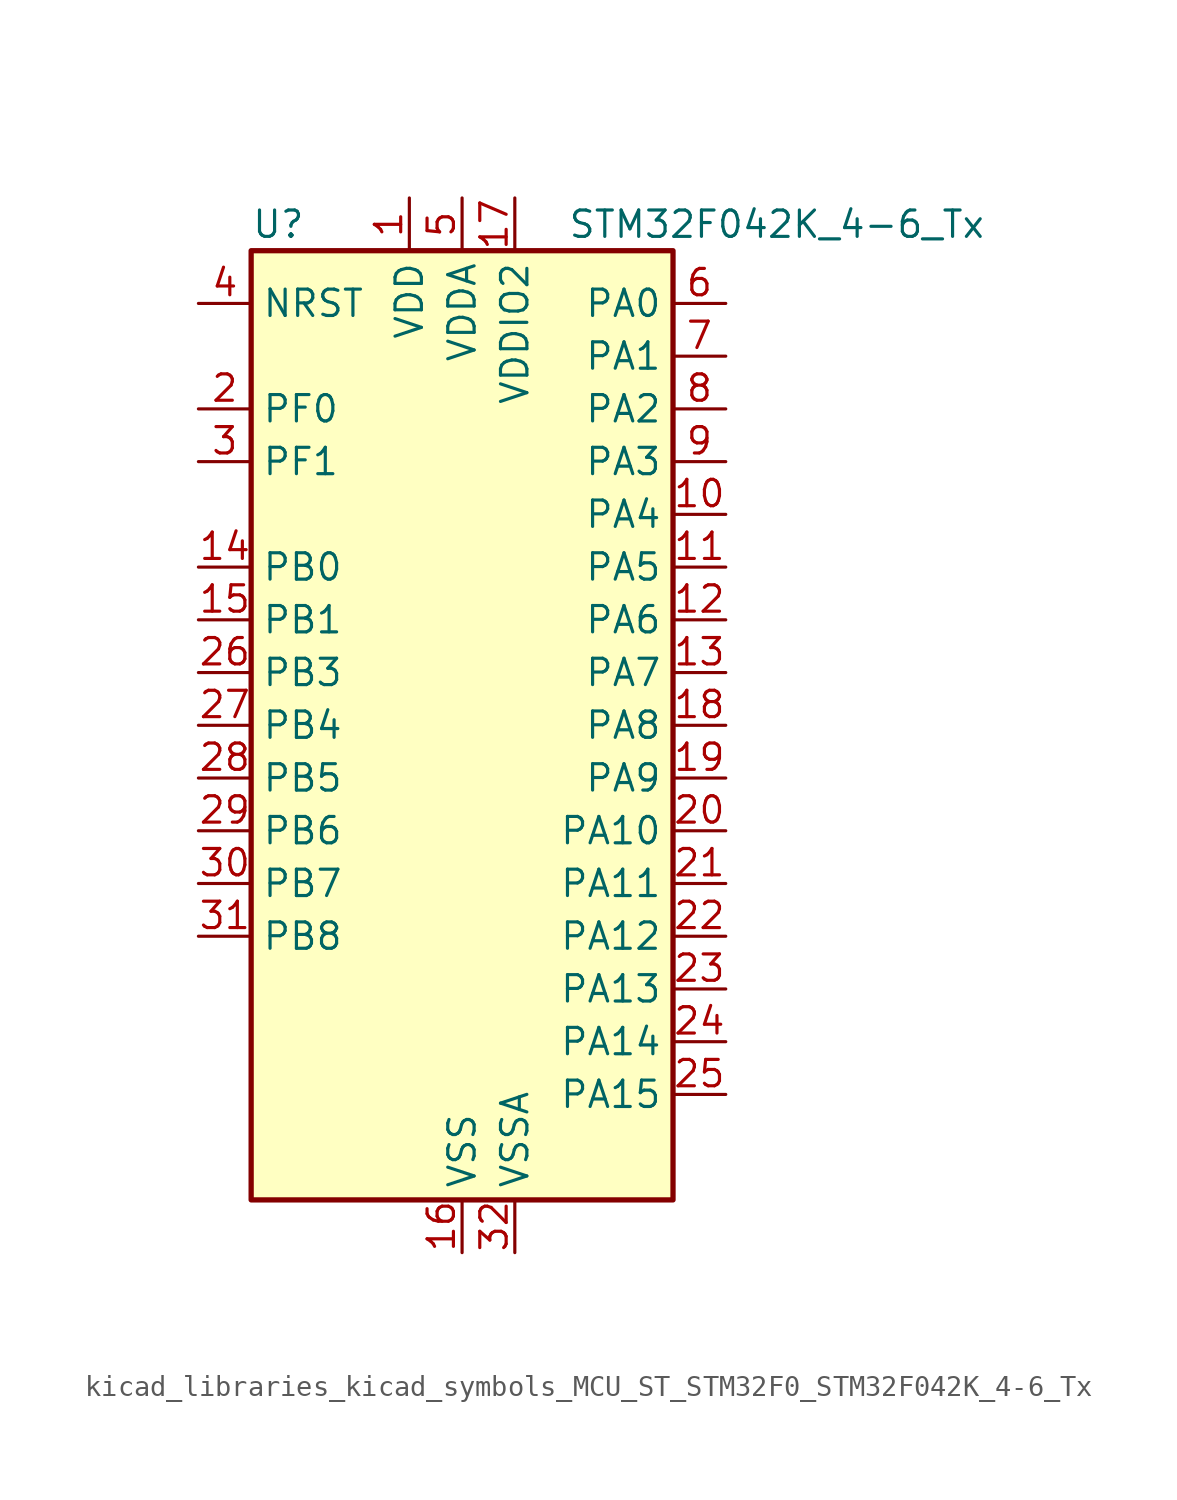
<source format=kicad_sym>
(kicad_symbol_lib
  (version 20220914)
  (generator kicad_symbol_editor)
  (symbol "kicad_libraries_kicad_symbols_MCU_ST_STM32F0_STM32F042K_4-6_Tx"
    (property "Reference" "U"
      (at -10.16 24.13 0)
      (effects (font (size 1.27 1.27)) (justify left)))
    (property "Value" "STM32F042K_4-6_Tx"
      (at 5.08 24.13 0)
      (effects (font (size 1.27 1.27)) (justify left)))
    (property "ki_locked" ""
      (at 0 0 0)
      (effects (font (size 1.27 1.27))))
    (symbol "kicad_libraries_kicad_symbols_MCU_ST_STM32F0_STM32F042K_4-6_Tx_0_1"
      (rectangle (start -10.16 -22.86) (end 10.16 22.86) (stroke (width 0.254) (type default)) (fill (type background))))
    (symbol "kicad_libraries_kicad_symbols_MCU_ST_STM32F0_STM32F042K_4-6_Tx_1_1"
      (pin power_in line (at -2.54 25.4 270) (length 2.54) (name "VDD" (effects (font (size 1.27 1.27)))) (number "1" (effects (font (size 1.27 1.27)))))
      (pin bidirectional line (at 12.7 10.16 180) (length 2.54) (name "PA4" (effects (font (size 1.27 1.27)))) (number "10" (effects (font (size 1.27 1.27)))) (alternate "ADC_IN4" bidirectional line) (alternate "I2S1_WS" bidirectional line) (alternate "SPI1_NSS" bidirectional line) (alternate "TIM14_CH1" bidirectional line) (alternate "TSC_G2_IO1" bidirectional line) (alternate "USART2_CK" bidirectional line) (alternate "USB_NOE" bidirectional line))
      (pin bidirectional line (at 12.7 7.62 180) (length 2.54) (name "PA5" (effects (font (size 1.27 1.27)))) (number "11" (effects (font (size 1.27 1.27)))) (alternate "ADC_IN5" bidirectional line) (alternate "CEC" bidirectional line) (alternate "I2S1_CK" bidirectional line) (alternate "SPI1_SCK" bidirectional line) (alternate "TIM2_CH1" bidirectional line) (alternate "TIM2_ETR" bidirectional line) (alternate "TSC_G2_IO2" bidirectional line))
      (pin bidirectional line (at 12.7 5.08 180) (length 2.54) (name "PA6" (effects (font (size 1.27 1.27)))) (number "12" (effects (font (size 1.27 1.27)))) (alternate "ADC_IN6" bidirectional line) (alternate "I2S1_MCK" bidirectional line) (alternate "SPI1_MISO" bidirectional line) (alternate "TIM16_CH1" bidirectional line) (alternate "TIM1_BKIN" bidirectional line) (alternate "TIM3_CH1" bidirectional line) (alternate "TSC_G2_IO3" bidirectional line))
      (pin bidirectional line (at 12.7 2.54 180) (length 2.54) (name "PA7" (effects (font (size 1.27 1.27)))) (number "13" (effects (font (size 1.27 1.27)))) (alternate "ADC_IN7" bidirectional line) (alternate "I2S1_SD" bidirectional line) (alternate "SPI1_MOSI" bidirectional line) (alternate "TIM14_CH1" bidirectional line) (alternate "TIM17_CH1" bidirectional line) (alternate "TIM1_CH1N" bidirectional line) (alternate "TIM3_CH2" bidirectional line) (alternate "TSC_G2_IO4" bidirectional line))
      (pin bidirectional line (at -12.7 7.62 0) (length 2.54) (name "PB0" (effects (font (size 1.27 1.27)))) (number "14" (effects (font (size 1.27 1.27)))) (alternate "ADC_IN8" bidirectional line) (alternate "TIM1_CH2N" bidirectional line) (alternate "TIM3_CH3" bidirectional line) (alternate "TSC_G3_IO2" bidirectional line))
      (pin bidirectional line (at -12.7 5.08 0) (length 2.54) (name "PB1" (effects (font (size 1.27 1.27)))) (number "15" (effects (font (size 1.27 1.27)))) (alternate "ADC_IN9" bidirectional line) (alternate "TIM14_CH1" bidirectional line) (alternate "TIM1_CH3N" bidirectional line) (alternate "TIM3_CH4" bidirectional line) (alternate "TSC_G3_IO3" bidirectional line))
      (pin power_in line (at 0 -25.4 90) (length 2.54) (name "VSS" (effects (font (size 1.27 1.27)))) (number "16" (effects (font (size 1.27 1.27)))))
      (pin power_in line (at 2.54 25.4 270) (length 2.54) (name "VDDIO2" (effects (font (size 1.27 1.27)))) (number "17" (effects (font (size 1.27 1.27)))))
      (pin bidirectional line (at 12.7 0 180) (length 2.54) (name "PA8" (effects (font (size 1.27 1.27)))) (number "18" (effects (font (size 1.27 1.27)))) (alternate "CRS_SYNC" bidirectional line) (alternate "RCC_MCO" bidirectional line) (alternate "TIM1_CH1" bidirectional line) (alternate "USART1_CK" bidirectional line))
      (pin bidirectional line (at 12.7 -2.54 180) (length 2.54) (name "PA9" (effects (font (size 1.27 1.27)))) (number "19" (effects (font (size 1.27 1.27)))) (alternate "I2C1_SCL" bidirectional line) (alternate "TIM1_CH2" bidirectional line) (alternate "TSC_G4_IO1" bidirectional line) (alternate "USART1_TX" bidirectional line))
      (pin bidirectional line (at -12.7 15.24 0) (length 2.54) (name "PF0" (effects (font (size 1.27 1.27)))) (number "2" (effects (font (size 1.27 1.27)))) (alternate "CRS_SYNC" bidirectional line) (alternate "I2C1_SDA" bidirectional line) (alternate "RCC_OSC_IN" bidirectional line))
      (pin bidirectional line (at 12.7 -5.08 180) (length 2.54) (name "PA10" (effects (font (size 1.27 1.27)))) (number "20" (effects (font (size 1.27 1.27)))) (alternate "I2C1_SDA" bidirectional line) (alternate "TIM17_BKIN" bidirectional line) (alternate "TIM1_CH3" bidirectional line) (alternate "TSC_G4_IO2" bidirectional line) (alternate "USART1_RX" bidirectional line))
      (pin bidirectional line (at 12.7 -7.62 180) (length 2.54) (name "PA11" (effects (font (size 1.27 1.27)))) (number "21" (effects (font (size 1.27 1.27)))) (alternate "CAN_RX" bidirectional line) (alternate "I2C1_SCL" bidirectional line) (alternate "TIM1_CH4" bidirectional line) (alternate "TSC_G4_IO3" bidirectional line) (alternate "USART1_CTS" bidirectional line) (alternate "USB_DM" bidirectional line))
      (pin bidirectional line (at 12.7 -10.16 180) (length 2.54) (name "PA12" (effects (font (size 1.27 1.27)))) (number "22" (effects (font (size 1.27 1.27)))) (alternate "CAN_TX" bidirectional line) (alternate "I2C1_SDA" bidirectional line) (alternate "TIM1_ETR" bidirectional line) (alternate "TSC_G4_IO4" bidirectional line) (alternate "USART1_DE" bidirectional line) (alternate "USART1_RTS" bidirectional line) (alternate "USB_DP" bidirectional line))
      (pin bidirectional line (at 12.7 -12.7 180) (length 2.54) (name "PA13" (effects (font (size 1.27 1.27)))) (number "23" (effects (font (size 1.27 1.27)))) (alternate "IR_OUT" bidirectional line) (alternate "SYS_SWDIO" bidirectional line) (alternate "USB_NOE" bidirectional line))
      (pin bidirectional line (at 12.7 -15.24 180) (length 2.54) (name "PA14" (effects (font (size 1.27 1.27)))) (number "24" (effects (font (size 1.27 1.27)))) (alternate "SYS_SWCLK" bidirectional line) (alternate "USART2_TX" bidirectional line))
      (pin bidirectional line (at 12.7 -17.78 180) (length 2.54) (name "PA15" (effects (font (size 1.27 1.27)))) (number "25" (effects (font (size 1.27 1.27)))) (alternate "I2S1_WS" bidirectional line) (alternate "SPI1_NSS" bidirectional line) (alternate "TIM2_CH1" bidirectional line) (alternate "TIM2_ETR" bidirectional line) (alternate "USART2_RX" bidirectional line) (alternate "USB_NOE" bidirectional line))
      (pin bidirectional line (at -12.7 2.54 0) (length 2.54) (name "PB3" (effects (font (size 1.27 1.27)))) (number "26" (effects (font (size 1.27 1.27)))) (alternate "I2S1_CK" bidirectional line) (alternate "SPI1_SCK" bidirectional line) (alternate "TIM2_CH2" bidirectional line) (alternate "TSC_G5_IO1" bidirectional line))
      (pin bidirectional line (at -12.7 0 0) (length 2.54) (name "PB4" (effects (font (size 1.27 1.27)))) (number "27" (effects (font (size 1.27 1.27)))) (alternate "I2S1_MCK" bidirectional line) (alternate "SPI1_MISO" bidirectional line) (alternate "TIM17_BKIN" bidirectional line) (alternate "TIM3_CH1" bidirectional line) (alternate "TSC_G5_IO2" bidirectional line))
      (pin bidirectional line (at -12.7 -2.54 0) (length 2.54) (name "PB5" (effects (font (size 1.27 1.27)))) (number "28" (effects (font (size 1.27 1.27)))) (alternate "I2C1_SMBA" bidirectional line) (alternate "I2S1_SD" bidirectional line) (alternate "SPI1_MOSI" bidirectional line) (alternate "SYS_WKUP6" bidirectional line) (alternate "TIM16_BKIN" bidirectional line) (alternate "TIM3_CH2" bidirectional line))
      (pin bidirectional line (at -12.7 -5.08 0) (length 2.54) (name "PB6" (effects (font (size 1.27 1.27)))) (number "29" (effects (font (size 1.27 1.27)))) (alternate "I2C1_SCL" bidirectional line) (alternate "TIM16_CH1N" bidirectional line) (alternate "TSC_G5_IO3" bidirectional line) (alternate "USART1_TX" bidirectional line))
      (pin bidirectional line (at -12.7 12.7 0) (length 2.54) (name "PF1" (effects (font (size 1.27 1.27)))) (number "3" (effects (font (size 1.27 1.27)))) (alternate "I2C1_SCL" bidirectional line) (alternate "RCC_OSC_OUT" bidirectional line))
      (pin bidirectional line (at -12.7 -7.62 0) (length 2.54) (name "PB7" (effects (font (size 1.27 1.27)))) (number "30" (effects (font (size 1.27 1.27)))) (alternate "I2C1_SDA" bidirectional line) (alternate "TIM17_CH1N" bidirectional line) (alternate "TSC_G5_IO4" bidirectional line) (alternate "USART1_RX" bidirectional line))
      (pin bidirectional line (at -12.7 -10.16 0) (length 2.54) (name "PB8" (effects (font (size 1.27 1.27)))) (number "31" (effects (font (size 1.27 1.27)))) (alternate "CAN_RX" bidirectional line) (alternate "CEC" bidirectional line) (alternate "I2C1_SCL" bidirectional line) (alternate "TIM16_CH1" bidirectional line) (alternate "TSC_SYNC" bidirectional line))
      (pin power_in line (at 2.54 -25.4 90) (length 2.54) (name "VSSA" (effects (font (size 1.27 1.27)))) (number "32" (effects (font (size 1.27 1.27)))))
      (pin input line (at -12.7 20.32 0) (length 2.54) (name "NRST" (effects (font (size 1.27 1.27)))) (number "4" (effects (font (size 1.27 1.27)))))
      (pin power_in line (at 0 25.4 270) (length 2.54) (name "VDDA" (effects (font (size 1.27 1.27)))) (number "5" (effects (font (size 1.27 1.27)))))
      (pin bidirectional line (at 12.7 20.32 180) (length 2.54) (name "PA0" (effects (font (size 1.27 1.27)))) (number "6" (effects (font (size 1.27 1.27)))) (alternate "ADC_IN0" bidirectional line) (alternate "RTC_TAMP2" bidirectional line) (alternate "SYS_WKUP1" bidirectional line) (alternate "TIM2_CH1" bidirectional line) (alternate "TIM2_ETR" bidirectional line) (alternate "TSC_G1_IO1" bidirectional line) (alternate "USART2_CTS" bidirectional line))
      (pin bidirectional line (at 12.7 17.78 180) (length 2.54) (name "PA1" (effects (font (size 1.27 1.27)))) (number "7" (effects (font (size 1.27 1.27)))) (alternate "ADC_IN1" bidirectional line) (alternate "TIM2_CH2" bidirectional line) (alternate "TSC_G1_IO2" bidirectional line) (alternate "USART2_DE" bidirectional line) (alternate "USART2_RTS" bidirectional line))
      (pin bidirectional line (at 12.7 15.24 180) (length 2.54) (name "PA2" (effects (font (size 1.27 1.27)))) (number "8" (effects (font (size 1.27 1.27)))) (alternate "ADC_IN2" bidirectional line) (alternate "SYS_WKUP4" bidirectional line) (alternate "TIM2_CH3" bidirectional line) (alternate "TSC_G1_IO3" bidirectional line) (alternate "USART2_TX" bidirectional line))
      (pin bidirectional line (at 12.7 12.7 180) (length 2.54) (name "PA3" (effects (font (size 1.27 1.27)))) (number "9" (effects (font (size 1.27 1.27)))) (alternate "ADC_IN3" bidirectional line) (alternate "TIM2_CH4" bidirectional line) (alternate "TSC_G1_IO4" bidirectional line) (alternate "USART2_RX" bidirectional line)))))
</source>
